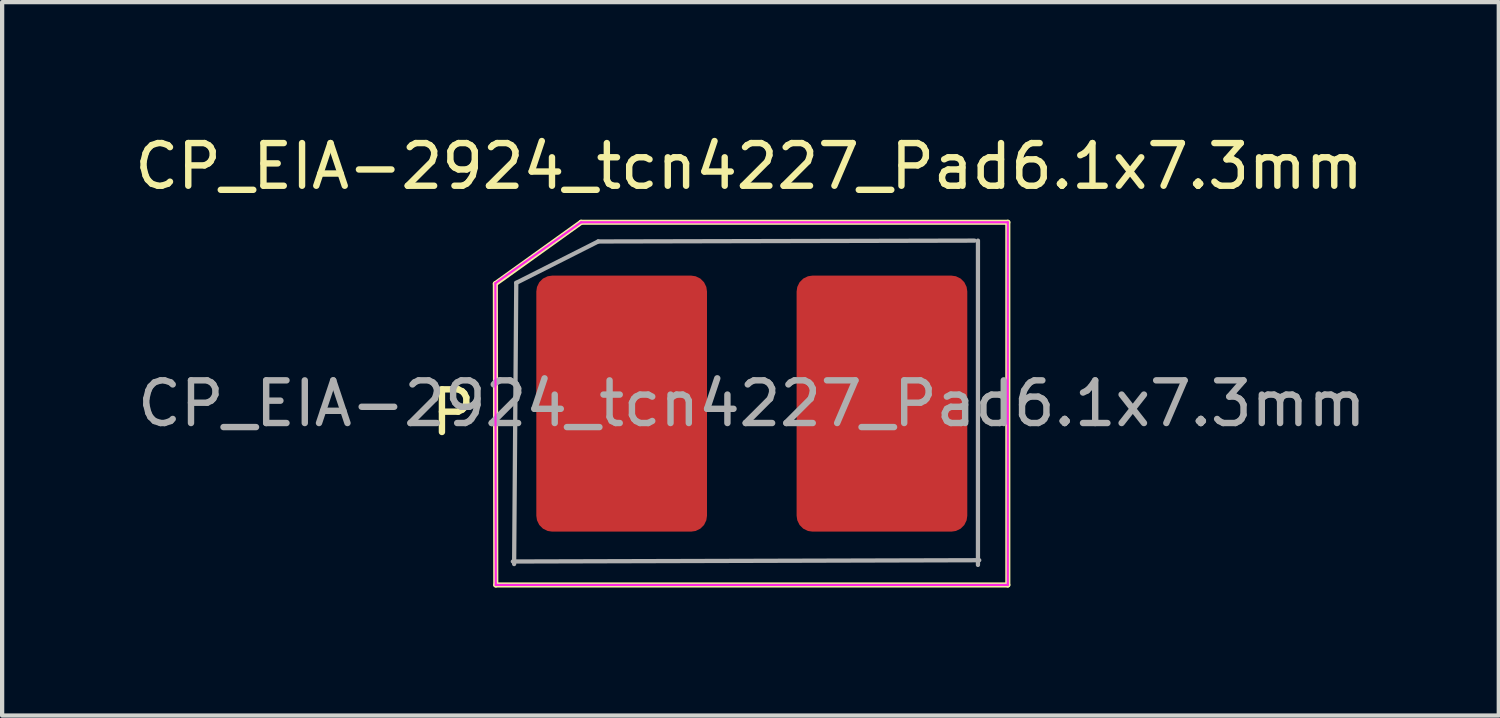
<source format=kicad_pcb>
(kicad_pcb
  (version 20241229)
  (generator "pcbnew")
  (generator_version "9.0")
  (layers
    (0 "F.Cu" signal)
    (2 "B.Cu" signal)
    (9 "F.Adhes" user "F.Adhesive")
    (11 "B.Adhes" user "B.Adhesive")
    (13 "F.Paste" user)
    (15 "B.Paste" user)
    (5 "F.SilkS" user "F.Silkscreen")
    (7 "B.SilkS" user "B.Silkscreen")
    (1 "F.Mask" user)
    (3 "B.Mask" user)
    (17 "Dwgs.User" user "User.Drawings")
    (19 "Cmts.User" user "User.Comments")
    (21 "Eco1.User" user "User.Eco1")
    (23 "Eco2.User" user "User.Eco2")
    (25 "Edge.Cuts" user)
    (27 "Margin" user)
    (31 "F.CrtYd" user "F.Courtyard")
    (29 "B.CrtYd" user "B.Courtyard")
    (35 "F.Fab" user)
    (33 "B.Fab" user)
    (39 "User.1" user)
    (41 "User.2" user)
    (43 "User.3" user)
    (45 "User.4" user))
  (footprint "CP_EIA-2924_tcn4227_Pad6.1x7.3mm"
    (layer "F.Cu")
    (at 14.569 6.409)
    (property "Reference" "CP_EIA-2924_tcn4227_Pad6.1x7.3mm" (at -0.064 -5.561 0) (layer "F.SilkS") (effects (font (size 1 1) (thickness 0.15))))
    (attr smd)
    (fp_line (start -6.01 -2.81) (end -6 4.25) (stroke (width 0.12) (type solid)) (layer "F.SilkS"))
    (fp_line (start -6 4.25) (end 6 4.25) (stroke (width 0.12) (type solid)) (layer "F.SilkS"))
    (fp_line (start -4 -4.25) (end -6.01 -2.81) (stroke (width 0.12) (type solid)) (layer "F.SilkS"))
    (fp_line (start 6 -4.25) (end -4 -4.25) (stroke (width 0.12) (type solid)) (layer "F.SilkS"))
    (fp_line (start 6 -4.25) (end 6 4.25) (stroke (width 0.12) (type solid)) (layer "F.SilkS"))
    (fp_line (start -6.01 -2.82) (end -6 4.25) (stroke (width 0.05) (type solid)) (layer "F.CrtYd"))
    (fp_line (start -4 -4.25) (end -6.01 -2.82) (stroke (width 0.05) (type solid)) (layer "F.CrtYd"))
    (fp_line (start -4 -4.25) (end 6 -4.25) (stroke (width 0.05) (type solid)) (layer "F.CrtYd"))
    (fp_line (start 6 -4.25) (end 6 4.25) (stroke (width 0.05) (type solid)) (layer "F.CrtYd"))
    (fp_line (start 6 4.25) (end -6 4.25) (stroke (width 0.05) (type solid)) (layer "F.CrtYd"))
    (fp_line (start -5.6 3.7) (end 5.33 3.67) (stroke (width 0.1) (type solid)) (layer "F.Fab"))
    (fp_line (start -5.57 3.76) (end -5.52 -2.83) (stroke (width 0.1) (type solid)) (layer "F.Fab"))
    (fp_line (start -3.6 -3.8) (end -5.52 -2.83) (stroke (width 0.1) (type solid)) (layer "F.Fab"))
    (fp_line (start 5.22 -3.82) (end -3.6 -3.8) (stroke (width 0.1) (type solid)) (layer "F.Fab"))
    (fp_line (start 5.3 3.78) (end 5.3 -3.82) (stroke (width 0.1) (type solid)) (layer "F.Fab"))
    (fp_text user "P" (at -7 0.21 0) (layer "F.SilkS") (effects (font (size 1 1) (thickness 0.15))))
    (fp_text user "${REFERENCE}" (at 0 0 0) (layer "F.Fab") (effects (font (size 1 1) (thickness 0.15))))
    (pad "1" smd roundrect (at -3.05 0) (size 4 6) (layers "F.Cu" "F.Mask" "F.Paste") (roundrect_rratio 0.093))
    (pad "2" smd roundrect (at 3.05 0) (size 4 6) (layers "F.Cu" "F.Mask" "F.Paste") (roundrect_rratio 0.093)))
  (gr_rect
    (start -3 -3)
    (end 32.075 13.719)
    (stroke (width 0.1) (type default))
    (fill no)
    (layer "Edge.Cuts")))
</source>
